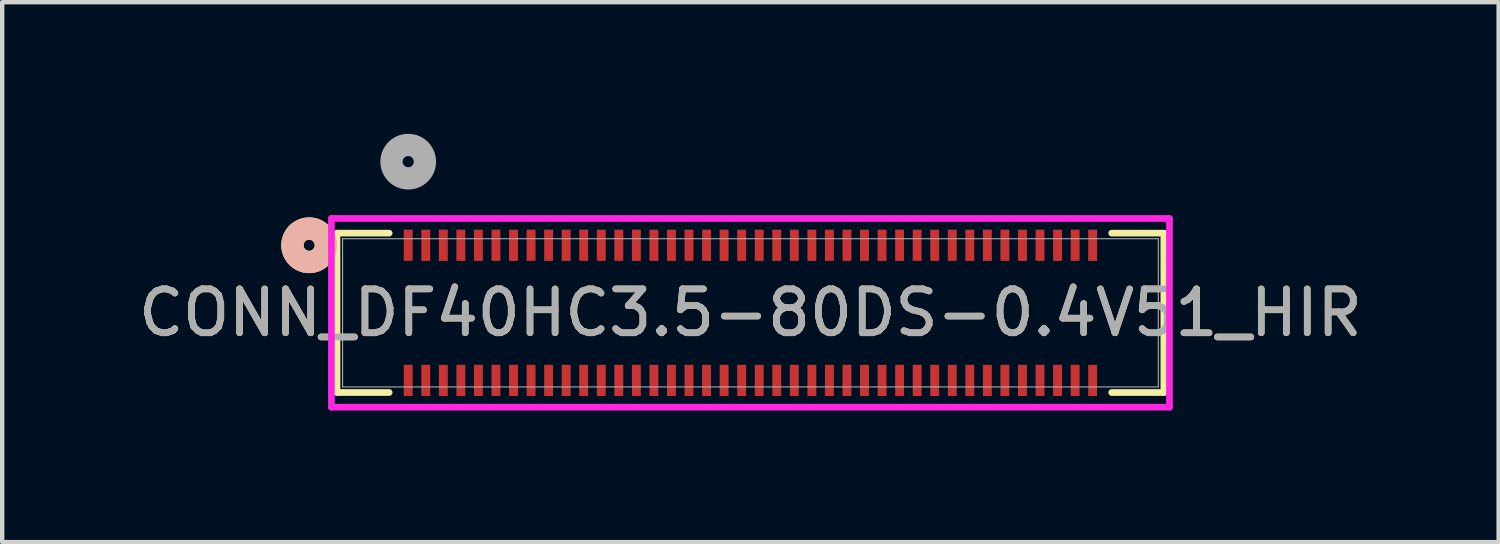
<source format=kicad_pcb>
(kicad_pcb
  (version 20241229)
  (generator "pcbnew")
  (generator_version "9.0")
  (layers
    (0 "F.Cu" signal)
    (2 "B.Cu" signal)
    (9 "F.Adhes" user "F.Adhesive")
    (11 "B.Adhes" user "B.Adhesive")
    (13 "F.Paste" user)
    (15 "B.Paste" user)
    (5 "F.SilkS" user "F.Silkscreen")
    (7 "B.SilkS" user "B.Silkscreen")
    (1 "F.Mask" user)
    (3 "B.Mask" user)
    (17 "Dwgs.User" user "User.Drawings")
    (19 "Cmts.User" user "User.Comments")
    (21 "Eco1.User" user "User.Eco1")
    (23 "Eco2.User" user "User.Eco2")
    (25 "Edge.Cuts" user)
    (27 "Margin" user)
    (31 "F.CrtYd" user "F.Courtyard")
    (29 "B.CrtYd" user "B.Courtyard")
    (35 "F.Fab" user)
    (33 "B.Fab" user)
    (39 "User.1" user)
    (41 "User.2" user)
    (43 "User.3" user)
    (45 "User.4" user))
  (footprint "CONN_DF40HC3.5-80DS-0.4V51_HIR"
    (layer "F.Cu")
    (at 14.054 4.08)
    (property "Reference" "CONN_DF40HC3.5-80DS-0.4V51_HIR" (at 0 0 0) (unlocked yes) (layer "F.SilkS") (effects (font (size 1 1) (thickness 0.15))))
    (attr smd)
    (fp_line (start -9.423 -1.816) (end -9.423 1.816) (stroke (width 0.152) (type solid)) (layer "F.SilkS"))
    (fp_line (start -9.423 1.816) (end -8.234 1.816) (stroke (width 0.152) (type solid)) (layer "F.SilkS"))
    (fp_line (start -8.234 -1.816) (end -9.423 -1.816) (stroke (width 0.152) (type solid)) (layer "F.SilkS"))
    (fp_line (start 8.234 1.816) (end 9.423 1.816) (stroke (width 0.152) (type solid)) (layer "F.SilkS"))
    (fp_line (start 9.423 -1.816) (end 8.234 -1.816) (stroke (width 0.152) (type solid)) (layer "F.SilkS"))
    (fp_line (start 9.423 1.816) (end 9.423 -1.816) (stroke (width 0.152) (type solid)) (layer "F.SilkS"))
    (fp_circle (center -10.058 -1.54) (end -9.677 -1.54) (stroke (width 0.508) (type solid)) (fill no) (layer "F.SilkS"))
    (fp_circle (center -10.058 -1.54) (end -9.677 -1.54) (stroke (width 0.508) (type solid)) (fill no) (layer "B.SilkS"))
    (fp_line (start -9.55 -2.15) (end -9.55 2.15) (stroke (width 0.152) (type solid)) (layer "F.CrtYd"))
    (fp_line (start -9.55 2.15) (end 9.55 2.15) (stroke (width 0.152) (type solid)) (layer "F.CrtYd"))
    (fp_line (start 9.55 -2.15) (end -9.55 -2.15) (stroke (width 0.152) (type solid)) (layer "F.CrtYd"))
    (fp_line (start 9.55 2.15) (end 9.55 -2.15) (stroke (width 0.152) (type solid)) (layer "F.CrtYd"))
    (fp_line (start -9.296 -1.689) (end -9.296 1.689) (stroke (width 0.025) (type solid)) (layer "F.Fab"))
    (fp_line (start -9.296 1.689) (end 9.296 1.689) (stroke (width 0.025) (type solid)) (layer "F.Fab"))
    (fp_line (start 9.296 -1.689) (end -9.296 -1.689) (stroke (width 0.025) (type solid)) (layer "F.Fab"))
    (fp_line (start 9.296 1.689) (end 9.296 -1.689) (stroke (width 0.025) (type solid)) (layer "F.Fab"))
    (fp_circle (center -7.8 -3.445) (end -7.419 -3.445) (stroke (width 0.508) (type solid)) (fill no) (layer "F.Fab"))
    (fp_text user "${REFERENCE}" (at 0 0 0) (unlocked yes) (layer "F.Fab") (effects (font (size 1 1) (thickness 0.15))))
    (pad "1" smd rect (at -7.8 -1.54) (size 0.203 0.711) (layers "F.Cu" "F.Mask" "F.Paste"))
    (pad "2" smd rect (at -7.8 1.54) (size 0.203 0.711) (layers "F.Cu" "F.Mask" "F.Paste"))
    (pad "3" smd rect (at -7.4 -1.54) (size 0.203 0.711) (layers "F.Cu" "F.Mask" "F.Paste"))
    (pad "4" smd rect (at -7.4 1.54) (size 0.203 0.711) (layers "F.Cu" "F.Mask" "F.Paste"))
    (pad "5" smd rect (at -7 -1.54) (size 0.203 0.711) (layers "F.Cu" "F.Mask" "F.Paste"))
    (pad "6" smd rect (at -7 1.54) (size 0.203 0.711) (layers "F.Cu" "F.Mask" "F.Paste"))
    (pad "7" smd rect (at -6.6 -1.54) (size 0.203 0.711) (layers "F.Cu" "F.Mask" "F.Paste"))
    (pad "8" smd rect (at -6.6 1.54) (size 0.203 0.711) (layers "F.Cu" "F.Mask" "F.Paste"))
    (pad "9" smd rect (at -6.2 -1.54) (size 0.203 0.711) (layers "F.Cu" "F.Mask" "F.Paste"))
    (pad "10" smd rect (at -6.2 1.54) (size 0.203 0.711) (layers "F.Cu" "F.Mask" "F.Paste"))
    (pad "11" smd rect (at -5.8 -1.54) (size 0.203 0.711) (layers "F.Cu" "F.Mask" "F.Paste"))
    (pad "12" smd rect (at -5.8 1.54) (size 0.203 0.711) (layers "F.Cu" "F.Mask" "F.Paste"))
    (pad "13" smd rect (at -5.4 -1.54) (size 0.203 0.711) (layers "F.Cu" "F.Mask" "F.Paste"))
    (pad "14" smd rect (at -5.4 1.54) (size 0.203 0.711) (layers "F.Cu" "F.Mask" "F.Paste"))
    (pad "15" smd rect (at -5 -1.54) (size 0.203 0.711) (layers "F.Cu" "F.Mask" "F.Paste"))
    (pad "16" smd rect (at -5 1.54) (size 0.203 0.711) (layers "F.Cu" "F.Mask" "F.Paste"))
    (pad "17" smd rect (at -4.6 -1.54) (size 0.203 0.711) (layers "F.Cu" "F.Mask" "F.Paste"))
    (pad "18" smd rect (at -4.6 1.54) (size 0.203 0.711) (layers "F.Cu" "F.Mask" "F.Paste"))
    (pad "19" smd rect (at -4.2 -1.54) (size 0.203 0.711) (layers "F.Cu" "F.Mask" "F.Paste"))
    (pad "20" smd rect (at -4.2 1.54) (size 0.203 0.711) (layers "F.Cu" "F.Mask" "F.Paste"))
    (pad "21" smd rect (at -3.8 -1.54) (size 0.203 0.711) (layers "F.Cu" "F.Mask" "F.Paste"))
    (pad "22" smd rect (at -3.8 1.54) (size 0.203 0.711) (layers "F.Cu" "F.Mask" "F.Paste"))
    (pad "23" smd rect (at -3.4 -1.54) (size 0.203 0.711) (layers "F.Cu" "F.Mask" "F.Paste"))
    (pad "24" smd rect (at -3.4 1.54) (size 0.203 0.711) (layers "F.Cu" "F.Mask" "F.Paste"))
    (pad "25" smd rect (at -3 -1.54) (size 0.203 0.711) (layers "F.Cu" "F.Mask" "F.Paste"))
    (pad "26" smd rect (at -3 1.54) (size 0.203 0.711) (layers "F.Cu" "F.Mask" "F.Paste"))
    (pad "27" smd rect (at -2.6 -1.54) (size 0.203 0.711) (layers "F.Cu" "F.Mask" "F.Paste"))
    (pad "28" smd rect (at -2.6 1.54) (size 0.203 0.711) (layers "F.Cu" "F.Mask" "F.Paste"))
    (pad "29" smd rect (at -2.2 -1.54) (size 0.203 0.711) (layers "F.Cu" "F.Mask" "F.Paste"))
    (pad "30" smd rect (at -2.2 1.54) (size 0.203 0.711) (layers "F.Cu" "F.Mask" "F.Paste"))
    (pad "31" smd rect (at -1.8 -1.54) (size 0.203 0.711) (layers "F.Cu" "F.Mask" "F.Paste"))
    (pad "32" smd rect (at -1.8 1.54) (size 0.203 0.711) (layers "F.Cu" "F.Mask" "F.Paste"))
    (pad "33" smd rect (at -1.4 -1.54) (size 0.203 0.711) (layers "F.Cu" "F.Mask" "F.Paste"))
    (pad "34" smd rect (at -1.4 1.54) (size 0.203 0.711) (layers "F.Cu" "F.Mask" "F.Paste"))
    (pad "35" smd rect (at -1 -1.54) (size 0.203 0.711) (layers "F.Cu" "F.Mask" "F.Paste"))
    (pad "36" smd rect (at -1 1.54) (size 0.203 0.711) (layers "F.Cu" "F.Mask" "F.Paste"))
    (pad "37" smd rect (at -0.6 -1.54) (size 0.203 0.711) (layers "F.Cu" "F.Mask" "F.Paste"))
    (pad "38" smd rect (at -0.6 1.54) (size 0.203 0.711) (layers "F.Cu" "F.Mask" "F.Paste"))
    (pad "39" smd rect (at -0.2 -1.54) (size 0.203 0.711) (layers "F.Cu" "F.Mask" "F.Paste"))
    (pad "40" smd rect (at -0.2 1.54) (size 0.203 0.711) (layers "F.Cu" "F.Mask" "F.Paste"))
    (pad "41" smd rect (at 0.2 -1.54) (size 0.203 0.711) (layers "F.Cu" "F.Mask" "F.Paste"))
    (pad "42" smd rect (at 0.2 1.54) (size 0.203 0.711) (layers "F.Cu" "F.Mask" "F.Paste"))
    (pad "43" smd rect (at 0.6 -1.54) (size 0.203 0.711) (layers "F.Cu" "F.Mask" "F.Paste"))
    (pad "44" smd rect (at 0.6 1.54) (size 0.203 0.711) (layers "F.Cu" "F.Mask" "F.Paste"))
    (pad "45" smd rect (at 1 -1.54) (size 0.203 0.711) (layers "F.Cu" "F.Mask" "F.Paste"))
    (pad "46" smd rect (at 1 1.54) (size 0.203 0.711) (layers "F.Cu" "F.Mask" "F.Paste"))
    (pad "47" smd rect (at 1.4 -1.54) (size 0.203 0.711) (layers "F.Cu" "F.Mask" "F.Paste"))
    (pad "48" smd rect (at 1.4 1.54) (size 0.203 0.711) (layers "F.Cu" "F.Mask" "F.Paste"))
    (pad "49" smd rect (at 1.8 -1.54) (size 0.203 0.711) (layers "F.Cu" "F.Mask" "F.Paste"))
    (pad "50" smd rect (at 1.8 1.54) (size 0.203 0.711) (layers "F.Cu" "F.Mask" "F.Paste"))
    (pad "51" smd rect (at 2.2 -1.54) (size 0.203 0.711) (layers "F.Cu" "F.Mask" "F.Paste"))
    (pad "52" smd rect (at 2.2 1.54) (size 0.203 0.711) (layers "F.Cu" "F.Mask" "F.Paste"))
    (pad "53" smd rect (at 2.6 -1.54) (size 0.203 0.711) (layers "F.Cu" "F.Mask" "F.Paste"))
    (pad "54" smd rect (at 2.6 1.54) (size 0.203 0.711) (layers "F.Cu" "F.Mask" "F.Paste"))
    (pad "55" smd rect (at 3 -1.54) (size 0.203 0.711) (layers "F.Cu" "F.Mask" "F.Paste"))
    (pad "56" smd rect (at 3 1.54) (size 0.203 0.711) (layers "F.Cu" "F.Mask" "F.Paste"))
    (pad "57" smd rect (at 3.4 -1.54) (size 0.203 0.711) (layers "F.Cu" "F.Mask" "F.Paste"))
    (pad "58" smd rect (at 3.4 1.54) (size 0.203 0.711) (layers "F.Cu" "F.Mask" "F.Paste"))
    (pad "59" smd rect (at 3.8 -1.54) (size 0.203 0.711) (layers "F.Cu" "F.Mask" "F.Paste"))
    (pad "60" smd rect (at 3.8 1.54) (size 0.203 0.711) (layers "F.Cu" "F.Mask" "F.Paste"))
    (pad "61" smd rect (at 4.2 -1.54) (size 0.203 0.711) (layers "F.Cu" "F.Mask" "F.Paste"))
    (pad "62" smd rect (at 4.2 1.54) (size 0.203 0.711) (layers "F.Cu" "F.Mask" "F.Paste"))
    (pad "63" smd rect (at 4.6 -1.54) (size 0.203 0.711) (layers "F.Cu" "F.Mask" "F.Paste"))
    (pad "64" smd rect (at 4.6 1.54) (size 0.203 0.711) (layers "F.Cu" "F.Mask" "F.Paste"))
    (pad "65" smd rect (at 5 -1.54) (size 0.203 0.711) (layers "F.Cu" "F.Mask" "F.Paste"))
    (pad "66" smd rect (at 5 1.54) (size 0.203 0.711) (layers "F.Cu" "F.Mask" "F.Paste"))
    (pad "67" smd rect (at 5.4 -1.54) (size 0.203 0.711) (layers "F.Cu" "F.Mask" "F.Paste"))
    (pad "68" smd rect (at 5.4 1.54) (size 0.203 0.711) (layers "F.Cu" "F.Mask" "F.Paste"))
    (pad "69" smd rect (at 5.8 -1.54) (size 0.203 0.711) (layers "F.Cu" "F.Mask" "F.Paste"))
    (pad "70" smd rect (at 5.8 1.54) (size 0.203 0.711) (layers "F.Cu" "F.Mask" "F.Paste"))
    (pad "71" smd rect (at 6.2 -1.54) (size 0.203 0.711) (layers "F.Cu" "F.Mask" "F.Paste"))
    (pad "72" smd rect (at 6.2 1.54) (size 0.203 0.711) (layers "F.Cu" "F.Mask" "F.Paste"))
    (pad "73" smd rect (at 6.6 -1.54) (size 0.203 0.711) (layers "F.Cu" "F.Mask" "F.Paste"))
    (pad "74" smd rect (at 6.6 1.54) (size 0.203 0.711) (layers "F.Cu" "F.Mask" "F.Paste"))
    (pad "75" smd rect (at 7 -1.54) (size 0.203 0.711) (layers "F.Cu" "F.Mask" "F.Paste"))
    (pad "76" smd rect (at 7 1.54) (size 0.203 0.711) (layers "F.Cu" "F.Mask" "F.Paste"))
    (pad "77" smd rect (at 7.4 -1.54) (size 0.203 0.711) (layers "F.Cu" "F.Mask" "F.Paste"))
    (pad "78" smd rect (at 7.4 1.54) (size 0.203 0.711) (layers "F.Cu" "F.Mask" "F.Paste"))
    (pad "79" smd rect (at 7.8 -1.54) (size 0.203 0.711) (layers "F.Cu" "F.Mask" "F.Paste"))
    (pad "80" smd rect (at 7.8 1.54) (size 0.203 0.711) (layers "F.Cu" "F.Mask" "F.Paste")))
  (gr_rect
    (start -3 -3)
    (end 31.107 9.306)
    (stroke (width 0.1) (type default))
    (fill no)
    (layer "Edge.Cuts")))
</source>
